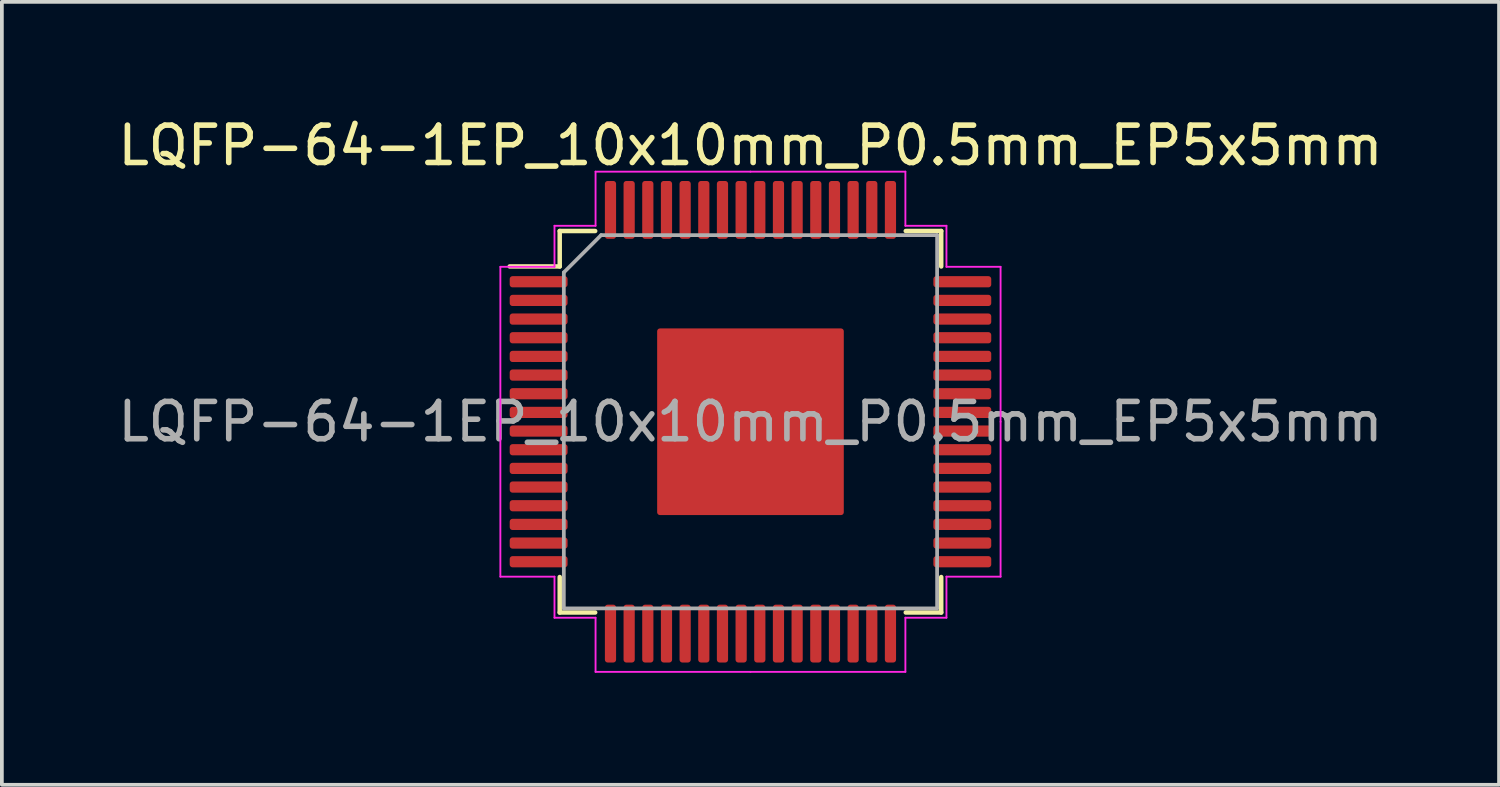
<source format=kicad_pcb>
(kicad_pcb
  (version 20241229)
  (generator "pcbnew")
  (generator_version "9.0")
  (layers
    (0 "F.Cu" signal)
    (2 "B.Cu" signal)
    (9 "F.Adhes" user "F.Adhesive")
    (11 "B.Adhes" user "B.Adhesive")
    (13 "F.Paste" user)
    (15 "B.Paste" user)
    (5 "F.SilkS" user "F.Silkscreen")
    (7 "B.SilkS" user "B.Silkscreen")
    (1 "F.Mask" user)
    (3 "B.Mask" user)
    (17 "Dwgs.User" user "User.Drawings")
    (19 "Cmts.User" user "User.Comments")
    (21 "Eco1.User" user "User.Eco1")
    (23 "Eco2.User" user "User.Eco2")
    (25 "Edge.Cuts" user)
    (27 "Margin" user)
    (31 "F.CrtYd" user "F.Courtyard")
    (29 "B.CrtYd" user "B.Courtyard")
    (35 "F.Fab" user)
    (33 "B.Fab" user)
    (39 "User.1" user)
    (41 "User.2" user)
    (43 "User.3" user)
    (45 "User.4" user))
  (footprint "LQFP-64-1EP_10x10mm_P0.5mm_EP5x5mm"
    (layer "F.Cu")
    (at 17.054 8.248)
    (property "Reference" "LQFP-64-1EP_10x10mm_P0.5mm_EP5x5mm" (at 0 -7.4 0) (layer "F.SilkS") (effects (font (size 1 1) (thickness 0.15))))
    (attr smd)
    (fp_line (start -5.11 -5.11) (end -5.11 -4.16) (stroke (width 0.12) (type solid)) (layer "F.SilkS"))
    (fp_line (start -5.11 -4.16) (end -6.45 -4.16) (stroke (width 0.12) (type solid)) (layer "F.SilkS"))
    (fp_line (start -5.11 5.11) (end -5.11 4.16) (stroke (width 0.12) (type solid)) (layer "F.SilkS"))
    (fp_line (start -4.16 -5.11) (end -5.11 -5.11) (stroke (width 0.12) (type solid)) (layer "F.SilkS"))
    (fp_line (start -4.16 5.11) (end -5.11 5.11) (stroke (width 0.12) (type solid)) (layer "F.SilkS"))
    (fp_line (start 4.16 -5.11) (end 5.11 -5.11) (stroke (width 0.12) (type solid)) (layer "F.SilkS"))
    (fp_line (start 4.16 5.11) (end 5.11 5.11) (stroke (width 0.12) (type solid)) (layer "F.SilkS"))
    (fp_line (start 5.11 -5.11) (end 5.11 -4.16) (stroke (width 0.12) (type solid)) (layer "F.SilkS"))
    (fp_line (start 5.11 5.11) (end 5.11 4.16) (stroke (width 0.12) (type solid)) (layer "F.SilkS"))
    (fp_line (start -6.7 -4.15) (end -6.7 0) (stroke (width 0.05) (type solid)) (layer "F.CrtYd"))
    (fp_line (start -6.7 4.15) (end -6.7 0) (stroke (width 0.05) (type solid)) (layer "F.CrtYd"))
    (fp_line (start -5.25 -5.25) (end -5.25 -4.15) (stroke (width 0.05) (type solid)) (layer "F.CrtYd"))
    (fp_line (start -5.25 -4.15) (end -6.7 -4.15) (stroke (width 0.05) (type solid)) (layer "F.CrtYd"))
    (fp_line (start -5.25 4.15) (end -6.7 4.15) (stroke (width 0.05) (type solid)) (layer "F.CrtYd"))
    (fp_line (start -5.25 5.25) (end -5.25 4.15) (stroke (width 0.05) (type solid)) (layer "F.CrtYd"))
    (fp_line (start -4.15 -6.7) (end -4.15 -5.25) (stroke (width 0.05) (type solid)) (layer "F.CrtYd"))
    (fp_line (start -4.15 -5.25) (end -5.25 -5.25) (stroke (width 0.05) (type solid)) (layer "F.CrtYd"))
    (fp_line (start -4.15 5.25) (end -5.25 5.25) (stroke (width 0.05) (type solid)) (layer "F.CrtYd"))
    (fp_line (start -4.15 6.7) (end -4.15 5.25) (stroke (width 0.05) (type solid)) (layer "F.CrtYd"))
    (fp_line (start 0 -6.7) (end -4.15 -6.7) (stroke (width 0.05) (type solid)) (layer "F.CrtYd"))
    (fp_line (start 0 -6.7) (end 4.15 -6.7) (stroke (width 0.05) (type solid)) (layer "F.CrtYd"))
    (fp_line (start 0 6.7) (end -4.15 6.7) (stroke (width 0.05) (type solid)) (layer "F.CrtYd"))
    (fp_line (start 0 6.7) (end 4.15 6.7) (stroke (width 0.05) (type solid)) (layer "F.CrtYd"))
    (fp_line (start 4.15 -6.7) (end 4.15 -5.25) (stroke (width 0.05) (type solid)) (layer "F.CrtYd"))
    (fp_line (start 4.15 -5.25) (end 5.25 -5.25) (stroke (width 0.05) (type solid)) (layer "F.CrtYd"))
    (fp_line (start 4.15 5.25) (end 5.25 5.25) (stroke (width 0.05) (type solid)) (layer "F.CrtYd"))
    (fp_line (start 4.15 6.7) (end 4.15 5.25) (stroke (width 0.05) (type solid)) (layer "F.CrtYd"))
    (fp_line (start 5.25 -5.25) (end 5.25 -4.15) (stroke (width 0.05) (type solid)) (layer "F.CrtYd"))
    (fp_line (start 5.25 -4.15) (end 6.7 -4.15) (stroke (width 0.05) (type solid)) (layer "F.CrtYd"))
    (fp_line (start 5.25 4.15) (end 6.7 4.15) (stroke (width 0.05) (type solid)) (layer "F.CrtYd"))
    (fp_line (start 5.25 5.25) (end 5.25 4.15) (stroke (width 0.05) (type solid)) (layer "F.CrtYd"))
    (fp_line (start 6.7 -4.15) (end 6.7 0) (stroke (width 0.05) (type solid)) (layer "F.CrtYd"))
    (fp_line (start 6.7 4.15) (end 6.7 0) (stroke (width 0.05) (type solid)) (layer "F.CrtYd"))
    (fp_line (start -5 -4) (end -4 -5) (stroke (width 0.1) (type solid)) (layer "F.Fab"))
    (fp_line (start -5 5) (end -5 -4) (stroke (width 0.1) (type solid)) (layer "F.Fab"))
    (fp_line (start -4 -5) (end 5 -5) (stroke (width 0.1) (type solid)) (layer "F.Fab"))
    (fp_line (start 5 -5) (end 5 5) (stroke (width 0.1) (type solid)) (layer "F.Fab"))
    (fp_line (start 5 5) (end -5 5) (stroke (width 0.1) (type solid)) (layer "F.Fab"))
    (fp_text user "${REFERENCE}" (at 0 0 0) (layer "F.Fab") (effects (font (size 1 1) (thickness 0.15))))
    (pad "" smd roundrect (at -2 -2) (size 0.81 0.81) (layers "F.Paste") (roundrect_rratio 0.25))
    (pad "" smd roundrect (at -2 -1) (size 0.81 0.81) (layers "F.Paste") (roundrect_rratio 0.25))
    (pad "" smd roundrect (at -2 0) (size 0.81 0.81) (layers "F.Paste") (roundrect_rratio 0.25))
    (pad "" smd roundrect (at -2 1) (size 0.81 0.81) (layers "F.Paste") (roundrect_rratio 0.25))
    (pad "" smd roundrect (at -2 2) (size 0.81 0.81) (layers "F.Paste") (roundrect_rratio 0.25))
    (pad "" smd roundrect (at -1 -2) (size 0.81 0.81) (layers "F.Paste") (roundrect_rratio 0.25))
    (pad "" smd roundrect (at -1 -1) (size 0.81 0.81) (layers "F.Paste") (roundrect_rratio 0.25))
    (pad "" smd roundrect (at -1 0) (size 0.81 0.81) (layers "F.Paste") (roundrect_rratio 0.25))
    (pad "" smd roundrect (at -1 1) (size 0.81 0.81) (layers "F.Paste") (roundrect_rratio 0.25))
    (pad "" smd roundrect (at -1 2) (size 0.81 0.81) (layers "F.Paste") (roundrect_rratio 0.25))
    (pad "" smd roundrect (at 0 -2) (size 0.81 0.81) (layers "F.Paste") (roundrect_rratio 0.25))
    (pad "" smd roundrect (at 0 -1) (size 0.81 0.81) (layers "F.Paste") (roundrect_rratio 0.25))
    (pad "" smd roundrect (at 0 0) (size 0.81 0.81) (layers "F.Paste") (roundrect_rratio 0.25))
    (pad "" smd roundrect (at 0 1) (size 0.81 0.81) (layers "F.Paste") (roundrect_rratio 0.25))
    (pad "" smd roundrect (at 0 2) (size 0.81 0.81) (layers "F.Paste") (roundrect_rratio 0.25))
    (pad "" smd roundrect (at 1 -2) (size 0.81 0.81) (layers "F.Paste") (roundrect_rratio 0.25))
    (pad "" smd roundrect (at 1 -1) (size 0.81 0.81) (layers "F.Paste") (roundrect_rratio 0.25))
    (pad "" smd roundrect (at 1 0) (size 0.81 0.81) (layers "F.Paste") (roundrect_rratio 0.25))
    (pad "" smd roundrect (at 1 1) (size 0.81 0.81) (layers "F.Paste") (roundrect_rratio 0.25))
    (pad "" smd roundrect (at 1 2) (size 0.81 0.81) (layers "F.Paste") (roundrect_rratio 0.25))
    (pad "" smd roundrect (at 2 -2) (size 0.81 0.81) (layers "F.Paste") (roundrect_rratio 0.25))
    (pad "" smd roundrect (at 2 -1) (size 0.81 0.81) (layers "F.Paste") (roundrect_rratio 0.25))
    (pad "" smd roundrect (at 2 0) (size 0.81 0.81) (layers "F.Paste") (roundrect_rratio 0.25))
    (pad "" smd roundrect (at 2 1) (size 0.81 0.81) (layers "F.Paste") (roundrect_rratio 0.25))
    (pad "" smd roundrect (at 2 2) (size 0.81 0.81) (layers "F.Paste") (roundrect_rratio 0.25))
    (pad "1" smd roundrect (at -5.675 -3.75) (size 1.55 0.3) (layers "F.Cu" "F.Mask" "F.Paste") (roundrect_rratio 0.25))
    (pad "2" smd roundrect (at -5.675 -3.25) (size 1.55 0.3) (layers "F.Cu" "F.Mask" "F.Paste") (roundrect_rratio 0.25))
    (pad "3" smd roundrect (at -5.675 -2.75) (size 1.55 0.3) (layers "F.Cu" "F.Mask" "F.Paste") (roundrect_rratio 0.25))
    (pad "4" smd roundrect (at -5.675 -2.25) (size 1.55 0.3) (layers "F.Cu" "F.Mask" "F.Paste") (roundrect_rratio 0.25))
    (pad "5" smd roundrect (at -5.675 -1.75) (size 1.55 0.3) (layers "F.Cu" "F.Mask" "F.Paste") (roundrect_rratio 0.25))
    (pad "6" smd roundrect (at -5.675 -1.25) (size 1.55 0.3) (layers "F.Cu" "F.Mask" "F.Paste") (roundrect_rratio 0.25))
    (pad "7" smd roundrect (at -5.675 -0.75) (size 1.55 0.3) (layers "F.Cu" "F.Mask" "F.Paste") (roundrect_rratio 0.25))
    (pad "8" smd roundrect (at -5.675 -0.25) (size 1.55 0.3) (layers "F.Cu" "F.Mask" "F.Paste") (roundrect_rratio 0.25))
    (pad "9" smd roundrect (at -5.675 0.25) (size 1.55 0.3) (layers "F.Cu" "F.Mask" "F.Paste") (roundrect_rratio 0.25))
    (pad "10" smd roundrect (at -5.675 0.75) (size 1.55 0.3) (layers "F.Cu" "F.Mask" "F.Paste") (roundrect_rratio 0.25))
    (pad "11" smd roundrect (at -5.675 1.25) (size 1.55 0.3) (layers "F.Cu" "F.Mask" "F.Paste") (roundrect_rratio 0.25))
    (pad "12" smd roundrect (at -5.675 1.75) (size 1.55 0.3) (layers "F.Cu" "F.Mask" "F.Paste") (roundrect_rratio 0.25))
    (pad "13" smd roundrect (at -5.675 2.25) (size 1.55 0.3) (layers "F.Cu" "F.Mask" "F.Paste") (roundrect_rratio 0.25))
    (pad "14" smd roundrect (at -5.675 2.75) (size 1.55 0.3) (layers "F.Cu" "F.Mask" "F.Paste") (roundrect_rratio 0.25))
    (pad "15" smd roundrect (at -5.675 3.25) (size 1.55 0.3) (layers "F.Cu" "F.Mask" "F.Paste") (roundrect_rratio 0.25))
    (pad "16" smd roundrect (at -5.675 3.75) (size 1.55 0.3) (layers "F.Cu" "F.Mask" "F.Paste") (roundrect_rratio 0.25))
    (pad "17" smd roundrect (at -3.75 5.675) (size 0.3 1.55) (layers "F.Cu" "F.Mask" "F.Paste") (roundrect_rratio 0.25))
    (pad "18" smd roundrect (at -3.25 5.675) (size 0.3 1.55) (layers "F.Cu" "F.Mask" "F.Paste") (roundrect_rratio 0.25))
    (pad "19" smd roundrect (at -2.75 5.675) (size 0.3 1.55) (layers "F.Cu" "F.Mask" "F.Paste") (roundrect_rratio 0.25))
    (pad "20" smd roundrect (at -2.25 5.675) (size 0.3 1.55) (layers "F.Cu" "F.Mask" "F.Paste") (roundrect_rratio 0.25))
    (pad "21" smd roundrect (at -1.75 5.675) (size 0.3 1.55) (layers "F.Cu" "F.Mask" "F.Paste") (roundrect_rratio 0.25))
    (pad "22" smd roundrect (at -1.25 5.675) (size 0.3 1.55) (layers "F.Cu" "F.Mask" "F.Paste") (roundrect_rratio 0.25))
    (pad "23" smd roundrect (at -0.75 5.675) (size 0.3 1.55) (layers "F.Cu" "F.Mask" "F.Paste") (roundrect_rratio 0.25))
    (pad "24" smd roundrect (at -0.25 5.675) (size 0.3 1.55) (layers "F.Cu" "F.Mask" "F.Paste") (roundrect_rratio 0.25))
    (pad "25" smd roundrect (at 0.25 5.675) (size 0.3 1.55) (layers "F.Cu" "F.Mask" "F.Paste") (roundrect_rratio 0.25))
    (pad "26" smd roundrect (at 0.75 5.675) (size 0.3 1.55) (layers "F.Cu" "F.Mask" "F.Paste") (roundrect_rratio 0.25))
    (pad "27" smd roundrect (at 1.25 5.675) (size 0.3 1.55) (layers "F.Cu" "F.Mask" "F.Paste") (roundrect_rratio 0.25))
    (pad "28" smd roundrect (at 1.75 5.675) (size 0.3 1.55) (layers "F.Cu" "F.Mask" "F.Paste") (roundrect_rratio 0.25))
    (pad "29" smd roundrect (at 2.25 5.675) (size 0.3 1.55) (layers "F.Cu" "F.Mask" "F.Paste") (roundrect_rratio 0.25))
    (pad "30" smd roundrect (at 2.75 5.675) (size 0.3 1.55) (layers "F.Cu" "F.Mask" "F.Paste") (roundrect_rratio 0.25))
    (pad "31" smd roundrect (at 3.25 5.675) (size 0.3 1.55) (layers "F.Cu" "F.Mask" "F.Paste") (roundrect_rratio 0.25))
    (pad "32" smd roundrect (at 3.75 5.675) (size 0.3 1.55) (layers "F.Cu" "F.Mask" "F.Paste") (roundrect_rratio 0.25))
    (pad "33" smd roundrect (at 5.675 3.75) (size 1.55 0.3) (layers "F.Cu" "F.Mask" "F.Paste") (roundrect_rratio 0.25))
    (pad "34" smd roundrect (at 5.675 3.25) (size 1.55 0.3) (layers "F.Cu" "F.Mask" "F.Paste") (roundrect_rratio 0.25))
    (pad "35" smd roundrect (at 5.675 2.75) (size 1.55 0.3) (layers "F.Cu" "F.Mask" "F.Paste") (roundrect_rratio 0.25))
    (pad "36" smd roundrect (at 5.675 2.25) (size 1.55 0.3) (layers "F.Cu" "F.Mask" "F.Paste") (roundrect_rratio 0.25))
    (pad "37" smd roundrect (at 5.675 1.75) (size 1.55 0.3) (layers "F.Cu" "F.Mask" "F.Paste") (roundrect_rratio 0.25))
    (pad "38" smd roundrect (at 5.675 1.25) (size 1.55 0.3) (layers "F.Cu" "F.Mask" "F.Paste") (roundrect_rratio 0.25))
    (pad "39" smd roundrect (at 5.675 0.75) (size 1.55 0.3) (layers "F.Cu" "F.Mask" "F.Paste") (roundrect_rratio 0.25))
    (pad "40" smd roundrect (at 5.675 0.25) (size 1.55 0.3) (layers "F.Cu" "F.Mask" "F.Paste") (roundrect_rratio 0.25))
    (pad "41" smd roundrect (at 5.675 -0.25) (size 1.55 0.3) (layers "F.Cu" "F.Mask" "F.Paste") (roundrect_rratio 0.25))
    (pad "42" smd roundrect (at 5.675 -0.75) (size 1.55 0.3) (layers "F.Cu" "F.Mask" "F.Paste") (roundrect_rratio 0.25))
    (pad "43" smd roundrect (at 5.675 -1.25) (size 1.55 0.3) (layers "F.Cu" "F.Mask" "F.Paste") (roundrect_rratio 0.25))
    (pad "44" smd roundrect (at 5.675 -1.75) (size 1.55 0.3) (layers "F.Cu" "F.Mask" "F.Paste") (roundrect_rratio 0.25))
    (pad "45" smd roundrect (at 5.675 -2.25) (size 1.55 0.3) (layers "F.Cu" "F.Mask" "F.Paste") (roundrect_rratio 0.25))
    (pad "46" smd roundrect (at 5.675 -2.75) (size 1.55 0.3) (layers "F.Cu" "F.Mask" "F.Paste") (roundrect_rratio 0.25))
    (pad "47" smd roundrect (at 5.675 -3.25) (size 1.55 0.3) (layers "F.Cu" "F.Mask" "F.Paste") (roundrect_rratio 0.25))
    (pad "48" smd roundrect (at 5.675 -3.75) (size 1.55 0.3) (layers "F.Cu" "F.Mask" "F.Paste") (roundrect_rratio 0.25))
    (pad "49" smd roundrect (at 3.75 -5.675) (size 0.3 1.55) (layers "F.Cu" "F.Mask" "F.Paste") (roundrect_rratio 0.25))
    (pad "50" smd roundrect (at 3.25 -5.675) (size 0.3 1.55) (layers "F.Cu" "F.Mask" "F.Paste") (roundrect_rratio 0.25))
    (pad "51" smd roundrect (at 2.75 -5.675) (size 0.3 1.55) (layers "F.Cu" "F.Mask" "F.Paste") (roundrect_rratio 0.25))
    (pad "52" smd roundrect (at 2.25 -5.675) (size 0.3 1.55) (layers "F.Cu" "F.Mask" "F.Paste") (roundrect_rratio 0.25))
    (pad "53" smd roundrect (at 1.75 -5.675) (size 0.3 1.55) (layers "F.Cu" "F.Mask" "F.Paste") (roundrect_rratio 0.25))
    (pad "54" smd roundrect (at 1.25 -5.675) (size 0.3 1.55) (layers "F.Cu" "F.Mask" "F.Paste") (roundrect_rratio 0.25))
    (pad "55" smd roundrect (at 0.75 -5.675) (size 0.3 1.55) (layers "F.Cu" "F.Mask" "F.Paste") (roundrect_rratio 0.25))
    (pad "56" smd roundrect (at 0.25 -5.675) (size 0.3 1.55) (layers "F.Cu" "F.Mask" "F.Paste") (roundrect_rratio 0.25))
    (pad "57" smd roundrect (at -0.25 -5.675) (size 0.3 1.55) (layers "F.Cu" "F.Mask" "F.Paste") (roundrect_rratio 0.25))
    (pad "58" smd roundrect (at -0.75 -5.675) (size 0.3 1.55) (layers "F.Cu" "F.Mask" "F.Paste") (roundrect_rratio 0.25))
    (pad "59" smd roundrect (at -1.25 -5.675) (size 0.3 1.55) (layers "F.Cu" "F.Mask" "F.Paste") (roundrect_rratio 0.25))
    (pad "60" smd roundrect (at -1.75 -5.675) (size 0.3 1.55) (layers "F.Cu" "F.Mask" "F.Paste") (roundrect_rratio 0.25))
    (pad "61" smd roundrect (at -2.25 -5.675) (size 0.3 1.55) (layers "F.Cu" "F.Mask" "F.Paste") (roundrect_rratio 0.25))
    (pad "62" smd roundrect (at -2.75 -5.675) (size 0.3 1.55) (layers "F.Cu" "F.Mask" "F.Paste") (roundrect_rratio 0.25))
    (pad "63" smd roundrect (at -3.25 -5.675) (size 0.3 1.55) (layers "F.Cu" "F.Mask" "F.Paste") (roundrect_rratio 0.25))
    (pad "64" smd roundrect (at -3.75 -5.675) (size 0.3 1.55) (layers "F.Cu" "F.Mask" "F.Paste") (roundrect_rratio 0.25))
    (pad "65" smd roundrect (at 0 0) (size 5 5) (layers "F.Cu" "F.Mask") (roundrect_rratio 0.015)))
  (gr_rect
    (start -3 -3)
    (end 37.107 17.973)
    (stroke (width 0.1) (type default))
    (fill no)
    (layer "Edge.Cuts")))
</source>
